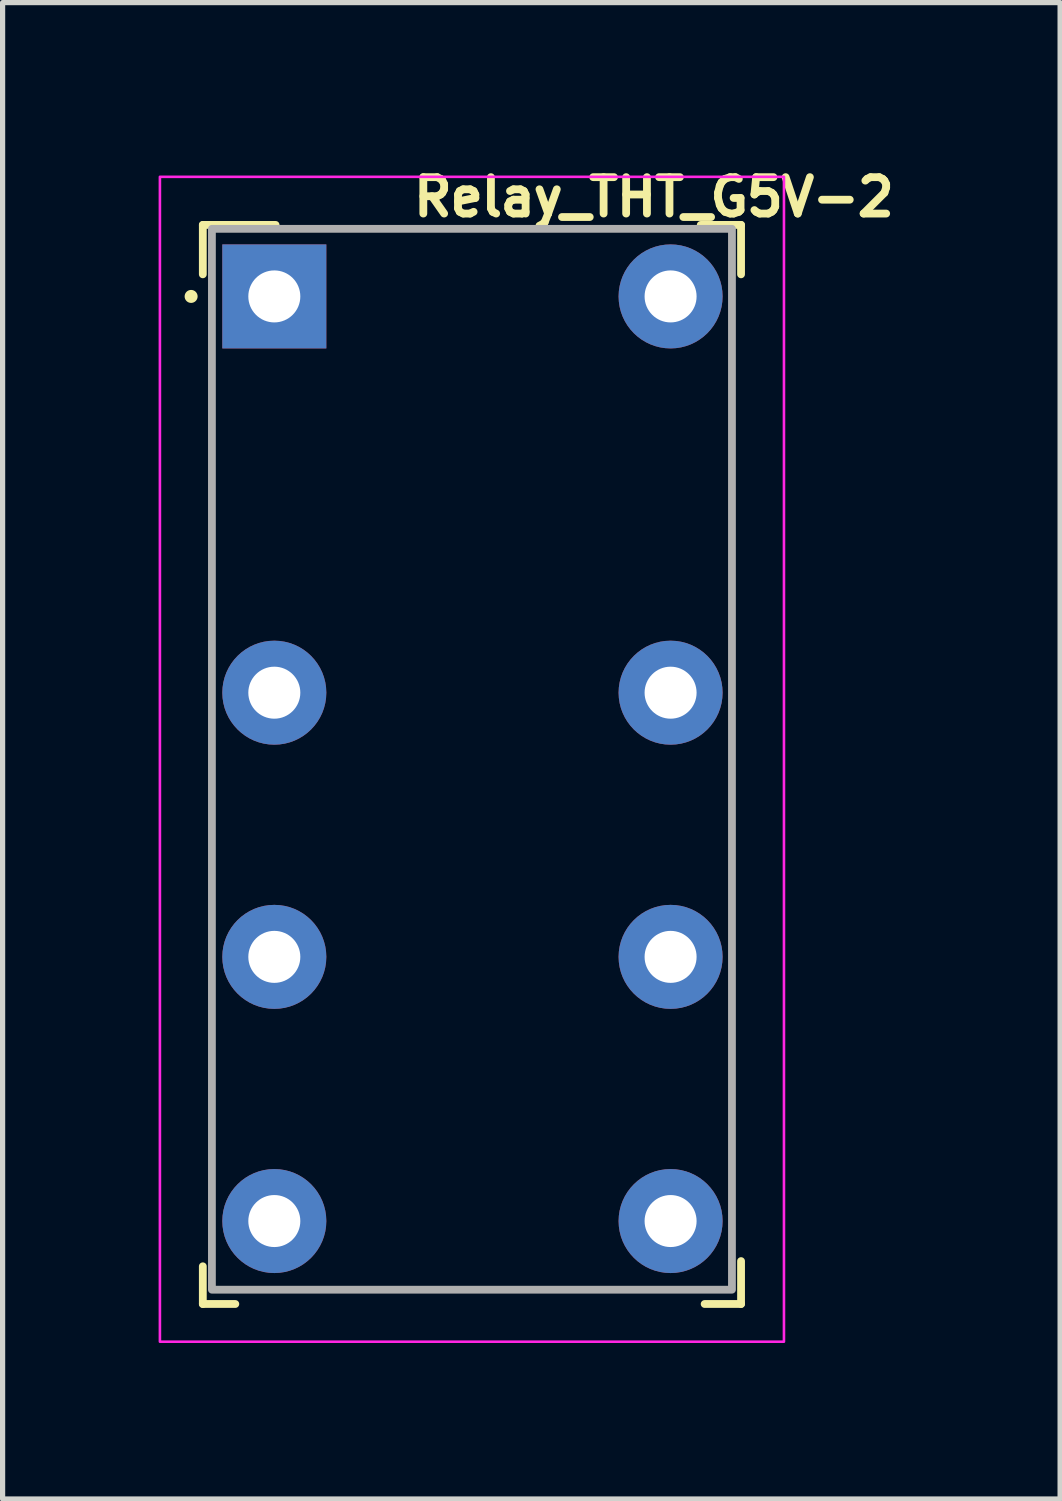
<source format=kicad_pcb>
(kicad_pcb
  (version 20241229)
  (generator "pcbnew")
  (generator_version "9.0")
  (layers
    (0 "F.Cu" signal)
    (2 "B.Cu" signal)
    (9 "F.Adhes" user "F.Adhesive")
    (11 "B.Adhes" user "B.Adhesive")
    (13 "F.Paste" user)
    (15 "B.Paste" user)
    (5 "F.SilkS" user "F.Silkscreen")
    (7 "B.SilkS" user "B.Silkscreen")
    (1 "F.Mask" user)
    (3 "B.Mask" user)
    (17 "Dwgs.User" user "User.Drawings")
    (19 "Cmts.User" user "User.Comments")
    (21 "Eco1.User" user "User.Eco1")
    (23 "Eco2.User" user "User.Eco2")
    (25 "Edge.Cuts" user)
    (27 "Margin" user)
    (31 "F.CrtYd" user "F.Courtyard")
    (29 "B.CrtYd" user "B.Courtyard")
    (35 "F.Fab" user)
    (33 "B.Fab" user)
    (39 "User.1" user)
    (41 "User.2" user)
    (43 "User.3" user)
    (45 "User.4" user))
  (footprint "Relay_THT_G5V-2"
    (layer "F.Cu")
    (at 2.225 2.65)
    (property "Reference" "Relay_THT_G5V-2" (at 2.6 -1.5 0) (layer "F.SilkS") (effects (font (size 0.7 0.7) (thickness 0.15)) (justify left bottom)))
    (attr through_hole)
    (fp_line (start -1.375 -1.375) (end -1.375 -0.425) (stroke (width 0.15) (type solid)) (layer "F.SilkS"))
    (fp_line (start -1.375 -1.375) (end 0.025 -1.375) (stroke (width 0.15) (type solid)) (layer "F.SilkS"))
    (fp_line (start -1.375 19.375) (end -1.375 18.65) (stroke (width 0.15) (type solid)) (layer "F.SilkS"))
    (fp_line (start -0.75 19.375) (end -1.375 19.375) (stroke (width 0.15) (type solid)) (layer "F.SilkS"))
    (fp_line (start 8.975 -1.375) (end 8.2 -1.375) (stroke (width 0.15) (type solid)) (layer "F.SilkS"))
    (fp_line (start 8.975 -0.425) (end 8.975 -1.375) (stroke (width 0.15) (type solid)) (layer "F.SilkS"))
    (fp_line (start 8.975 18.55) (end 8.975 19.375) (stroke (width 0.15) (type solid)) (layer "F.SilkS"))
    (fp_line (start 8.975 19.375) (end 8.275 19.375) (stroke (width 0.15) (type solid)) (layer "F.SilkS"))
    (fp_circle (center -1.6 0) (end -1.55 0) (stroke (width 0.15) (type solid)) (fill yes) (layer "F.SilkS"))
    (fp_rect (start -2.2 -2.3) (end 9.8 20.1) (stroke (width 0.05) (type solid)) (fill no) (layer "F.CrtYd"))
    (fp_rect (start -1.2 -1.3) (end 8.8 19.1) (stroke (width 0.15) (type solid)) (fill no) (layer "F.Fab"))
    (fp_rect (start -1.2 -1.3) (end 8.8 19.1) (stroke (width 0.1) (type solid)) (fill no) (layer "User.5"))
    (fp_line (start -1.2 -1.3) (end 3.175 -1.3) (stroke (width 0.02) (type solid)) (layer "User.9"))
    (fp_line (start -1.2 19.1) (end -1.2 -1.3) (stroke (width 0.02) (type solid)) (layer "User.9"))
    (fp_line (start -1.2 19.1) (end 8.8 19.1) (stroke (width 0.02) (type solid)) (layer "User.9"))
    (fp_line (start 3.175 -1.3) (end 4.425 -1.3) (stroke (width 0.02) (type solid)) (layer "User.9"))
    (fp_line (start 3.175 0.075) (end 3.175 -1.3) (stroke (width 0.02) (type solid)) (layer "User.9"))
    (fp_line (start 3.175 0.075) (end 4.425 0.075) (stroke (width 0.02) (type solid)) (layer "User.9"))
    (fp_line (start 4.425 -1.3) (end 8.8 -1.3) (stroke (width 0.02) (type solid)) (layer "User.9"))
    (fp_line (start 4.425 0.075) (end 4.425 -1.3) (stroke (width 0.02) (type solid)) (layer "User.9"))
    (fp_line (start 8.8 19.1) (end 8.8 -1.3) (stroke (width 0.02) (type solid)) (layer "User.9"))
    (pad "1" thru_hole rect (at 0 0 270) (size 2 2) (drill 1) (layers "*.Cu" "*.Mask"))
    (pad "4" thru_hole circle (at 0 7.62 270) (size 2 2) (drill 1) (layers "*.Cu" "*.Mask"))
    (pad "6" thru_hole circle (at 0 12.7 270) (size 2 2) (drill 1) (layers "*.Cu" "*.Mask"))
    (pad "8" thru_hole circle (at 0 17.78 270) (size 2 2) (drill 1) (layers "*.Cu" "*.Mask"))
    (pad "9" thru_hole circle (at 7.62 17.78 270) (size 2 2) (drill 1) (layers "*.Cu" "*.Mask"))
    (pad "11" thru_hole circle (at 7.62 12.7 270) (size 2 2) (drill 1) (layers "*.Cu" "*.Mask"))
    (pad "13" thru_hole circle (at 7.62 7.62 270) (size 2 2) (drill 1) (layers "*.Cu" "*.Mask"))
    (pad "16" thru_hole circle (at 7.62 0 270) (size 2 2) (drill 1) (layers "*.Cu" "*.Mask")))
  (gr_rect
    (start -3 -3)
    (end 17.335 25.775)
    (stroke (width 0.1) (type default))
    (fill no)
    (layer "Edge.Cuts")))
</source>
